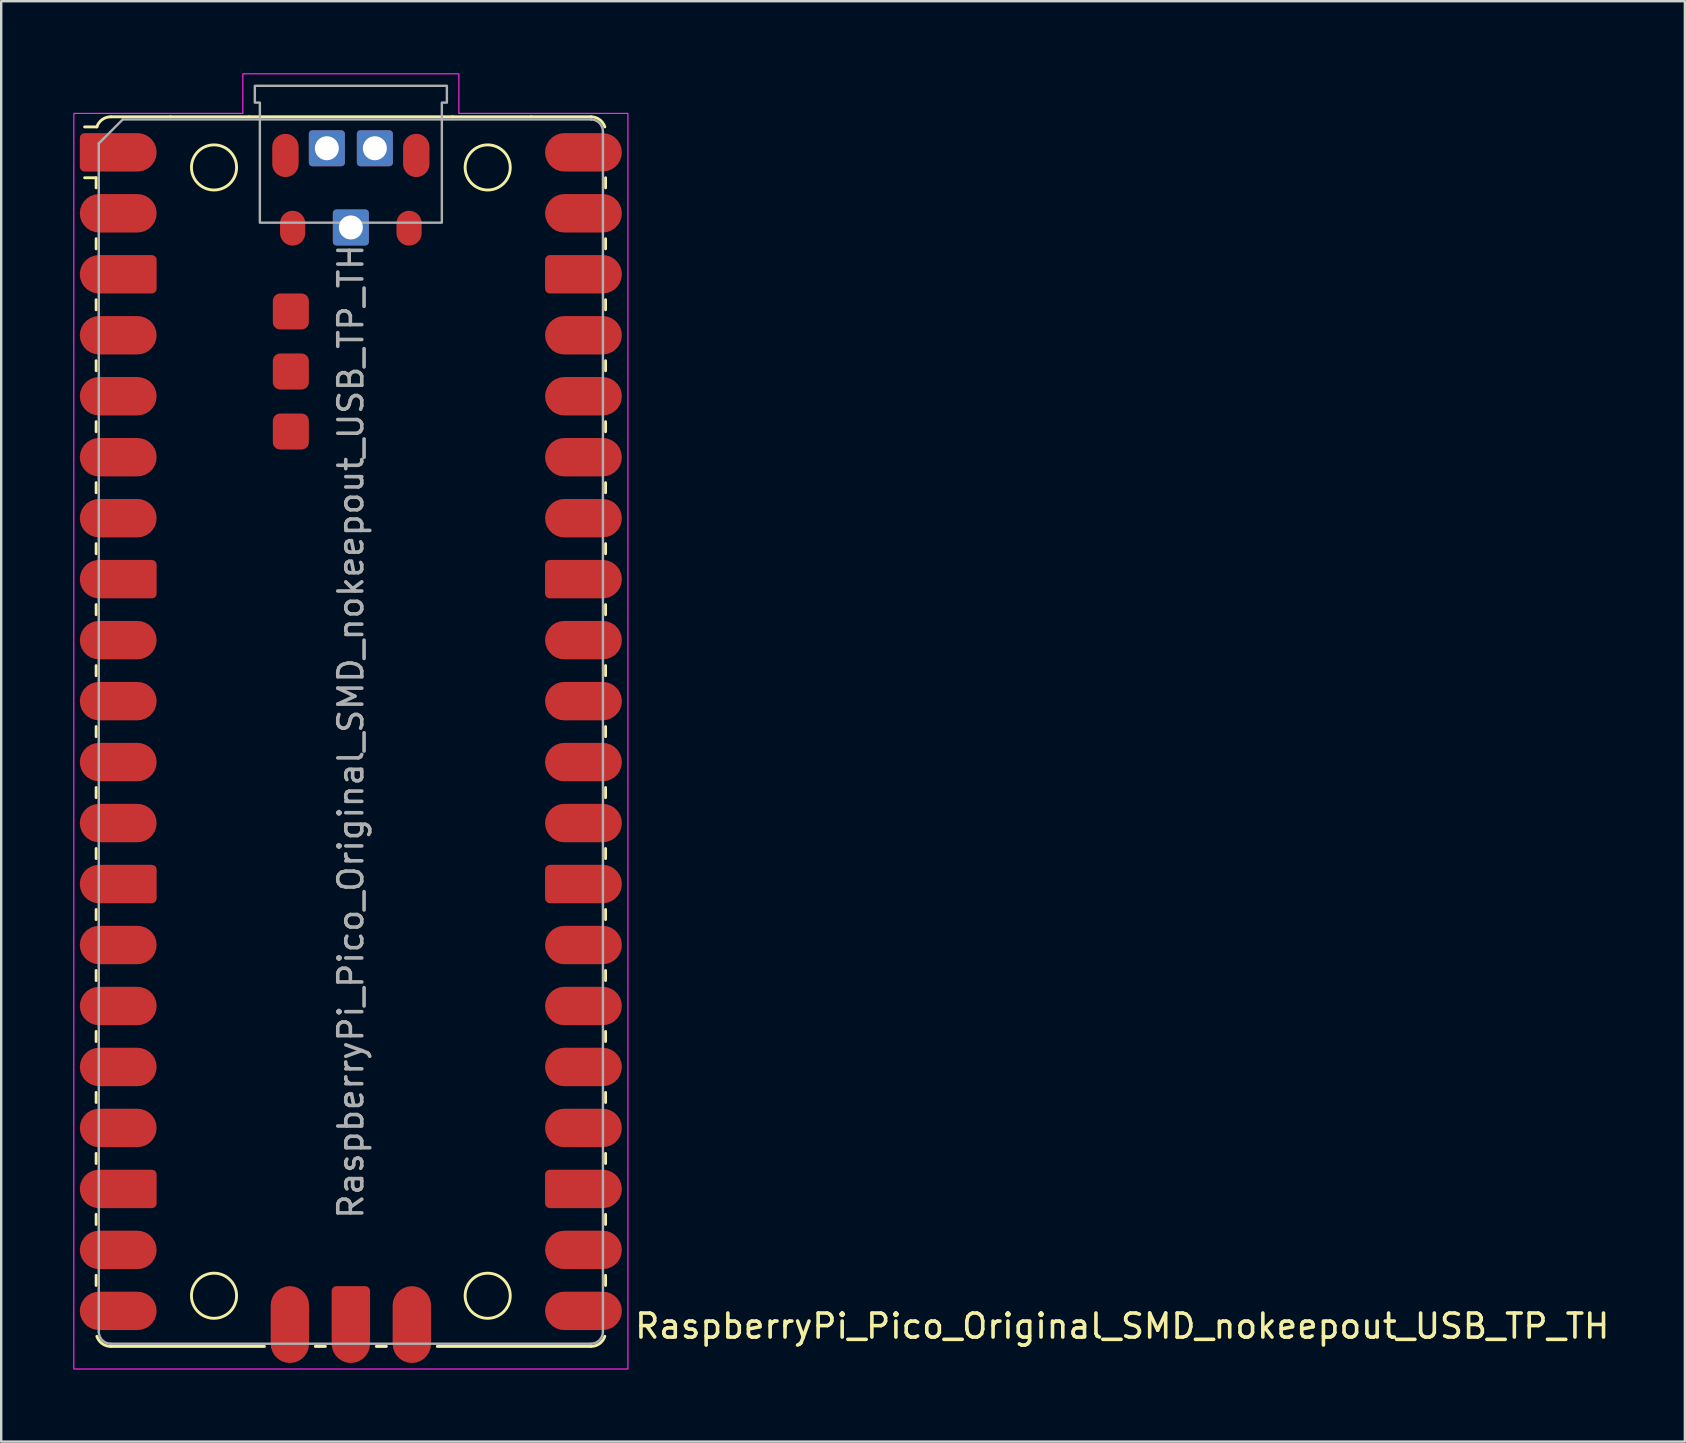
<source format=kicad_pcb>
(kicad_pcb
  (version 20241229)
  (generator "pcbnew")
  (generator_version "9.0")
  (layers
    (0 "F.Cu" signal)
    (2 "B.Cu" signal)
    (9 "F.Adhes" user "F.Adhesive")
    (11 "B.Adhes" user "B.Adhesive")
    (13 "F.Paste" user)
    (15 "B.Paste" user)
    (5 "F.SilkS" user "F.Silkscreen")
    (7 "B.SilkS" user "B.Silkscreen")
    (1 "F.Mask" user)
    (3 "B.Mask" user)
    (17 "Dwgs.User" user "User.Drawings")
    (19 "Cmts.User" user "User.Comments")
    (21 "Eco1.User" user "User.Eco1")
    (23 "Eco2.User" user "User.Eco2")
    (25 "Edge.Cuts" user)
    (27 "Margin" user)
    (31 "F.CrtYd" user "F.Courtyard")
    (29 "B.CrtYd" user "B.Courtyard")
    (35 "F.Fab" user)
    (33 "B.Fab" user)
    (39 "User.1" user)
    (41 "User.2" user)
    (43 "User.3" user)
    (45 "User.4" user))
  (footprint "RaspberryPi_Pico_Original_SMD_nokeepout_USB_TP_TH"
    (layer "F.Cu")
    (at 11.565 27.425)
    (property "Reference" "RaspberryPi_Pico_Original_SMD_nokeepout_USB_TP_TH" (at 11.748 24.765 0) (unlocked yes) (layer "F.SilkS") (effects (font (size 1 1) (thickness 0.15)) (justify left)))
    (attr through_hole)
    (fp_line (start -10.61 -23.07) (end -11.09 -23.07) (stroke (width 0.12) (type solid)) (layer "F.SilkS"))
    (fp_line (start -10.61 -23.07) (end -10.61 -22.65) (stroke (width 0.12) (type solid)) (layer "F.SilkS"))
    (fp_line (start -10.61 -20.53) (end -10.61 -20.11) (stroke (width 0.12) (type solid)) (layer "F.SilkS"))
    (fp_line (start -10.61 -17.99) (end -10.61 -17.57) (stroke (width 0.12) (type solid)) (layer "F.SilkS"))
    (fp_line (start -10.61 -15.45) (end -10.61 -15.03) (stroke (width 0.12) (type solid)) (layer "F.SilkS"))
    (fp_line (start -10.61 -12.91) (end -10.61 -12.49) (stroke (width 0.12) (type solid)) (layer "F.SilkS"))
    (fp_line (start -10.61 -10.37) (end -10.61 -9.95) (stroke (width 0.12) (type solid)) (layer "F.SilkS"))
    (fp_line (start -10.61 -7.83) (end -10.61 -7.41) (stroke (width 0.12) (type solid)) (layer "F.SilkS"))
    (fp_line (start -10.61 -5.29) (end -10.61 -4.87) (stroke (width 0.12) (type solid)) (layer "F.SilkS"))
    (fp_line (start -10.61 -2.75) (end -10.61 -2.33) (stroke (width 0.12) (type solid)) (layer "F.SilkS"))
    (fp_line (start -10.61 -0.21) (end -10.61 0.21) (stroke (width 0.12) (type solid)) (layer "F.SilkS"))
    (fp_line (start -10.61 2.33) (end -10.61 2.75) (stroke (width 0.12) (type solid)) (layer "F.SilkS"))
    (fp_line (start -10.61 4.87) (end -10.61 5.29) (stroke (width 0.12) (type solid)) (layer "F.SilkS"))
    (fp_line (start -10.61 7.41) (end -10.61 7.83) (stroke (width 0.12) (type solid)) (layer "F.SilkS"))
    (fp_line (start -10.61 9.95) (end -10.61 10.37) (stroke (width 0.12) (type solid)) (layer "F.SilkS"))
    (fp_line (start -10.61 12.49) (end -10.61 12.91) (stroke (width 0.12) (type solid)) (layer "F.SilkS"))
    (fp_line (start -10.61 15.03) (end -10.61 15.45) (stroke (width 0.12) (type solid)) (layer "F.SilkS"))
    (fp_line (start -10.61 17.57) (end -10.61 17.99) (stroke (width 0.12) (type solid)) (layer "F.SilkS"))
    (fp_line (start -10.61 20.11) (end -10.61 20.53) (stroke (width 0.12) (type solid)) (layer "F.SilkS"))
    (fp_line (start -10.61 22.65) (end -10.61 23.07) (stroke (width 0.12) (type solid)) (layer "F.SilkS"))
    (fp_line (start -10.58 -25.19) (end -11.09 -25.19) (stroke (width 0.12) (type solid)) (layer "F.SilkS"))
    (fp_line (start -10 -25.61) (end -7.51 -25.61) (stroke (width 0.12) (type solid)) (layer "F.SilkS"))
    (fp_line (start -10 25.61) (end -3.6 25.61) (stroke (width 0.12) (type solid)) (layer "F.SilkS"))
    (fp_line (start -7.51 -25.61) (end -4.235 -25.61) (stroke (width 0.12) (type solid)) (layer "F.SilkS"))
    (fp_line (start -4.235 -25.61) (end 4.235 -25.61) (stroke (width 0.12) (type solid)) (layer "F.SilkS"))
    (fp_line (start -1.48 25.61) (end -1.06 25.61) (stroke (width 0.12) (type solid)) (layer "F.SilkS"))
    (fp_line (start 1.06 25.61) (end 1.48 25.61) (stroke (width 0.12) (type solid)) (layer "F.SilkS"))
    (fp_line (start 3.6 25.61) (end 10 25.61) (stroke (width 0.12) (type solid)) (layer "F.SilkS"))
    (fp_line (start 4.235 -25.61) (end 7.51 -25.61) (stroke (width 0.12) (type solid)) (layer "F.SilkS"))
    (fp_line (start 10 -25.61) (end 7.51 -25.61) (stroke (width 0.12) (type solid)) (layer "F.SilkS"))
    (fp_line (start 10.61 -23.07) (end 10.61 -22.65) (stroke (width 0.12) (type solid)) (layer "F.SilkS"))
    (fp_line (start 10.61 -20.53) (end 10.61 -20.11) (stroke (width 0.12) (type solid)) (layer "F.SilkS"))
    (fp_line (start 10.61 -17.99) (end 10.61 -17.57) (stroke (width 0.12) (type solid)) (layer "F.SilkS"))
    (fp_line (start 10.61 -15.45) (end 10.61 -15.03) (stroke (width 0.12) (type solid)) (layer "F.SilkS"))
    (fp_line (start 10.61 -12.91) (end 10.61 -12.49) (stroke (width 0.12) (type solid)) (layer "F.SilkS"))
    (fp_line (start 10.61 -10.37) (end 10.61 -9.95) (stroke (width 0.12) (type solid)) (layer "F.SilkS"))
    (fp_line (start 10.61 -7.83) (end 10.61 -7.41) (stroke (width 0.12) (type solid)) (layer "F.SilkS"))
    (fp_line (start 10.61 -5.29) (end 10.61 -4.87) (stroke (width 0.12) (type solid)) (layer "F.SilkS"))
    (fp_line (start 10.61 -2.75) (end 10.61 -2.33) (stroke (width 0.12) (type solid)) (layer "F.SilkS"))
    (fp_line (start 10.61 -0.21) (end 10.61 0.21) (stroke (width 0.12) (type solid)) (layer "F.SilkS"))
    (fp_line (start 10.61 2.33) (end 10.61 2.75) (stroke (width 0.12) (type solid)) (layer "F.SilkS"))
    (fp_line (start 10.61 4.87) (end 10.61 5.29) (stroke (width 0.12) (type solid)) (layer "F.SilkS"))
    (fp_line (start 10.61 7.41) (end 10.61 7.83) (stroke (width 0.12) (type solid)) (layer "F.SilkS"))
    (fp_line (start 10.61 9.95) (end 10.61 10.37) (stroke (width 0.12) (type solid)) (layer "F.SilkS"))
    (fp_line (start 10.61 12.49) (end 10.61 12.91) (stroke (width 0.12) (type solid)) (layer "F.SilkS"))
    (fp_line (start 10.61 15.03) (end 10.61 15.45) (stroke (width 0.12) (type solid)) (layer "F.SilkS"))
    (fp_line (start 10.61 17.57) (end 10.61 17.99) (stroke (width 0.12) (type solid)) (layer "F.SilkS"))
    (fp_line (start 10.61 20.11) (end 10.61 20.53) (stroke (width 0.12) (type solid)) (layer "F.SilkS"))
    (fp_line (start 10.61 22.65) (end 10.61 23.07) (stroke (width 0.12) (type solid)) (layer "F.SilkS"))
    (fp_arc (start -10.579676 -25.189937) (mid -10.357938 -25.493944) (end -10 -25.61) (stroke (width 0.12) (type solid)) (layer "F.SilkS"))
    (fp_arc (start -10 25.61) (mid -10.357937 25.493943) (end -10.579676 25.189937) (stroke (width 0.12) (type solid)) (layer "F.SilkS"))
    (fp_arc (start 10 -25.61) (mid 10.357937 -25.493944) (end 10.579676 -25.189937) (stroke (width 0.12) (type solid)) (layer "F.SilkS"))
    (fp_arc (start 10.579676 25.189937) (mid 10.357958 25.493991) (end 10 25.61) (stroke (width 0.12) (type solid)) (layer "F.SilkS"))
    (fp_circle (center -5.7 -23.5) (end -4.76 -23.5) (stroke (width 0.12) (type solid)) (fill no) (layer "F.SilkS"))
    (fp_circle (center -5.7 23.5) (end -4.76 23.5) (stroke (width 0.12) (type solid)) (fill no) (layer "F.SilkS"))
    (fp_circle (center 5.7 -23.5) (end 6.64 -23.5) (stroke (width 0.12) (type solid)) (fill no) (layer "F.SilkS"))
    (fp_circle (center 5.7 23.5) (end 6.64 23.5) (stroke (width 0.12) (type solid)) (fill no) (layer "F.SilkS"))
    (fp_poly (pts (xy -4.5 -27.4) (xy 4.5 -27.4) (xy 4.5 -25.75) (xy 11.54 -25.75) (xy 11.54 26.55) (xy -11.54 26.55) (xy -11.54 -25.75) (xy -4.5 -25.75)) (stroke (width 0.05) (type solid)) (fill no) (layer "F.CrtYd"))
    (fp_line (start -10.5 -24.5) (end -9.5 -25.5) (stroke (width 0.1) (type solid)) (layer "F.Fab"))
    (fp_line (start -10.5 25) (end -10.5 -24.5) (stroke (width 0.1) (type solid)) (layer "F.Fab"))
    (fp_line (start -9.5 -25.5) (end 10 -25.5) (stroke (width 0.1) (type solid)) (layer "F.Fab"))
    (fp_line (start 10 25.5) (end -10 25.5) (stroke (width 0.1) (type solid)) (layer "F.Fab"))
    (fp_line (start 10.5 -25) (end 10.5 25) (stroke (width 0.1) (type solid)) (layer "F.Fab"))
    (fp_arc (start -10 25.5) (mid -10.353553 25.353553) (end -10.5 25) (stroke (width 0.1) (type solid)) (layer "F.Fab"))
    (fp_arc (start 10 -25.5) (mid 10.353553 -25.353553) (end 10.5 -25) (stroke (width 0.1) (type solid)) (layer "F.Fab"))
    (fp_arc (start 10.5 25) (mid 10.353553 25.353553) (end 10 25.5) (stroke (width 0.1) (type solid)) (layer "F.Fab"))
    (fp_poly (pts (xy 3.79 -21.2) (xy 3.79 -26.2) (xy 4 -26.2) (xy 4 -26.9) (xy -4 -26.9) (xy -4 -26.2) (xy -3.79 -26.2) (xy -3.79 -21.2)) (stroke (width 0.1) (type solid)) (fill no) (layer "F.Fab"))
    (fp_text user "${REFERENCE}" (at 0 0 90) (layer "F.Fab") (effects (font (size 1 1) (thickness 0.15))))
    (pad "" smd oval (at -2.725 -24) (size 1.1 1.8) (layers "F.Cu" "F.Mask" "F.Paste"))
    (pad "" smd oval (at -2.425 -20.97) (size 1.05 1.45) (layers "F.Cu" "F.Mask" "F.Paste"))
    (pad "" smd oval (at 2.425 -20.97) (size 1.05 1.45) (layers "F.Cu" "F.Mask" "F.Paste"))
    (pad "" smd oval (at 2.725 -24) (size 1.1 1.8) (layers "F.Cu" "F.Mask" "F.Paste"))
    (pad "1" smd custom (at -8.89 -24.13) (size 1.6 1.6) (layers "F.Cu" "F.Mask" "F.Paste") (options (anchor circle)) (primitives (gr_poly (pts (xy -2.4 0.6) (xy -2.4 -0.6) (xy -2.2 -0.8) (xy 0 -0.8) (xy 0 0.8) (xy -2.2 0.8)) (width 0) (fill yes)) (gr_circle (center -2.2 0.6) (end -2 0.6) (width 0) (fill yes)) (gr_circle (center -2.2 -0.6) (end -2 -0.6) (width 0) (fill yes))))
    (pad "2" smd roundrect (at -8.89 -21.59) (size 3.2 1.6) (drill (offset -0.8 0)) (layers "F.Cu" "F.Mask" "F.Paste") (roundrect_rratio 0.5))
    (pad "3" smd custom (at -8.89 -19.05) (size 1.6 1.6) (layers "F.Cu" "F.Mask" "F.Paste") (options (anchor circle)) (primitives (gr_poly (pts (xy 0.8 -0.6) (xy 0.8 0.6) (xy 0.6 0.8) (xy -1.6 0.8) (xy -1.6 -0.8) (xy 0.6 -0.8)) (width 0) (fill yes)) (gr_circle (center 0.6 0.6) (end 0.8 0.6) (width 0) (fill yes)) (gr_circle (center 0.6 -0.6) (end 0.8 -0.6) (width 0) (fill yes)) (gr_circle (center -1.6 0) (end -0.8 0) (width 0) (fill yes))))
    (pad "4" smd roundrect (at -8.89 -16.51) (size 3.2 1.6) (drill (offset -0.8 0)) (layers "F.Cu" "F.Mask" "F.Paste") (roundrect_rratio 0.5))
    (pad "5" smd roundrect (at -8.89 -13.97) (size 3.2 1.6) (drill (offset -0.8 0)) (layers "F.Cu" "F.Mask" "F.Paste") (roundrect_rratio 0.5))
    (pad "6" smd roundrect (at -8.89 -11.43) (size 3.2 1.6) (drill (offset -0.8 0)) (layers "F.Cu" "F.Mask" "F.Paste") (roundrect_rratio 0.5))
    (pad "7" smd roundrect (at -8.89 -8.89) (size 3.2 1.6) (drill (offset -0.8 0)) (layers "F.Cu" "F.Mask" "F.Paste") (roundrect_rratio 0.5))
    (pad "8" smd custom (at -8.89 -6.35) (size 1.6 1.6) (layers "F.Cu" "F.Mask" "F.Paste") (options (anchor circle)) (primitives (gr_poly (pts (xy 0.8 -0.6) (xy 0.8 0.6) (xy 0.6 0.8) (xy -1.6 0.8) (xy -1.6 -0.8) (xy 0.6 -0.8)) (width 0) (fill yes)) (gr_circle (center 0.6 0.6) (end 0.8 0.6) (width 0) (fill yes)) (gr_circle (center 0.6 -0.6) (end 0.8 -0.6) (width 0) (fill yes)) (gr_circle (center -1.6 0) (end -0.8 0) (width 0) (fill yes))))
    (pad "9" smd roundrect (at -8.89 -3.81) (size 3.2 1.6) (drill (offset -0.8 0)) (layers "F.Cu" "F.Mask" "F.Paste") (roundrect_rratio 0.5))
    (pad "10" smd roundrect (at -8.89 -1.27) (size 3.2 1.6) (drill (offset -0.8 0)) (layers "F.Cu" "F.Mask" "F.Paste") (roundrect_rratio 0.5))
    (pad "11" smd roundrect (at -8.89 1.27) (size 3.2 1.6) (drill (offset -0.8 0)) (layers "F.Cu" "F.Mask" "F.Paste") (roundrect_rratio 0.5))
    (pad "12" smd roundrect (at -8.89 3.81) (size 3.2 1.6) (drill (offset -0.8 0)) (layers "F.Cu" "F.Mask" "F.Paste") (roundrect_rratio 0.5))
    (pad "13" smd custom (at -8.89 6.35) (size 1.6 1.6) (layers "F.Cu" "F.Mask" "F.Paste") (options (anchor circle)) (primitives (gr_poly (pts (xy 0.8 -0.6) (xy 0.8 0.6) (xy 0.6 0.8) (xy -1.6 0.8) (xy -1.6 -0.8) (xy 0.6 -0.8)) (width 0) (fill yes)) (gr_circle (center 0.6 0.6) (end 0.8 0.6) (width 0) (fill yes)) (gr_circle (center 0.6 -0.6) (end 0.8 -0.6) (width 0) (fill yes)) (gr_circle (center -1.6 0) (end -0.8 0) (width 0) (fill yes))))
    (pad "14" smd roundrect (at -8.89 8.89) (size 3.2 1.6) (drill (offset -0.8 0)) (layers "F.Cu" "F.Mask" "F.Paste") (roundrect_rratio 0.5))
    (pad "15" smd roundrect (at -8.89 11.43) (size 3.2 1.6) (drill (offset -0.8 0)) (layers "F.Cu" "F.Mask" "F.Paste") (roundrect_rratio 0.5))
    (pad "16" smd roundrect (at -8.89 13.97) (size 3.2 1.6) (drill (offset -0.8 0)) (layers "F.Cu" "F.Mask" "F.Paste") (roundrect_rratio 0.5))
    (pad "17" smd roundrect (at -8.89 16.51) (size 3.2 1.6) (drill (offset -0.8 0)) (layers "F.Cu" "F.Mask" "F.Paste") (roundrect_rratio 0.5))
    (pad "18" smd custom (at -8.89 19.05) (size 1.6 1.6) (layers "F.Cu" "F.Mask" "F.Paste") (options (anchor circle)) (primitives (gr_poly (pts (xy 0.8 -0.6) (xy 0.8 0.6) (xy 0.6 0.8) (xy -1.6 0.8) (xy -1.6 -0.8) (xy 0.6 -0.8)) (width 0) (fill yes)) (gr_circle (center 0.6 0.6) (end 0.8 0.6) (width 0) (fill yes)) (gr_circle (center 0.6 -0.6) (end 0.8 -0.6) (width 0) (fill yes)) (gr_circle (center -1.6 0) (end -0.8 0) (width 0) (fill yes))))
    (pad "19" smd roundrect (at -8.89 21.59) (size 3.2 1.6) (drill (offset -0.8 0)) (layers "F.Cu" "F.Mask" "F.Paste") (roundrect_rratio 0.5))
    (pad "20" smd roundrect (at -8.89 24.13) (size 3.2 1.6) (drill (offset -0.8 0)) (layers "F.Cu" "F.Mask" "F.Paste") (roundrect_rratio 0.5))
    (pad "21" smd roundrect (at 8.89 24.13) (size 3.2 1.6) (drill (offset 0.8 0)) (layers "F.Cu" "F.Mask" "F.Paste") (roundrect_rratio 0.5))
    (pad "22" smd roundrect (at 8.89 21.59) (size 3.2 1.6) (drill (offset 0.8 0)) (layers "F.Cu" "F.Mask" "F.Paste") (roundrect_rratio 0.5))
    (pad "23" smd custom (at 8.89 19.05) (size 1.6 1.6) (layers "F.Cu" "F.Mask" "F.Paste") (options (anchor circle)) (primitives (gr_poly (pts (xy -0.8 -0.6) (xy -0.8 0.6) (xy -0.6 0.8) (xy 1.6 0.8) (xy 1.6 -0.8) (xy -0.6 -0.8)) (width 0) (fill yes)) (gr_circle (center -0.6 0.6) (end -0.4 0.6) (width 0) (fill yes)) (gr_circle (center -0.6 -0.6) (end -0.4 -0.6) (width 0) (fill yes)) (gr_circle (center 1.6 0) (end 2.4 0) (width 0) (fill yes))))
    (pad "24" smd roundrect (at 8.89 16.51) (size 3.2 1.6) (drill (offset 0.8 0)) (layers "F.Cu" "F.Mask" "F.Paste") (roundrect_rratio 0.5))
    (pad "25" smd roundrect (at 8.89 13.97) (size 3.2 1.6) (drill (offset 0.8 0)) (layers "F.Cu" "F.Mask" "F.Paste") (roundrect_rratio 0.5))
    (pad "26" smd roundrect (at 8.89 11.43) (size 3.2 1.6) (drill (offset 0.8 0)) (layers "F.Cu" "F.Mask" "F.Paste") (roundrect_rratio 0.5))
    (pad "27" smd roundrect (at 8.89 8.89) (size 3.2 1.6) (drill (offset 0.8 0)) (layers "F.Cu" "F.Mask" "F.Paste") (roundrect_rratio 0.5))
    (pad "28" smd custom (at 8.89 6.35) (size 1.6 1.6) (layers "F.Cu" "F.Mask" "F.Paste") (options (anchor circle)) (primitives (gr_poly (pts (xy -0.8 -0.6) (xy -0.8 0.6) (xy -0.6 0.8) (xy 1.6 0.8) (xy 1.6 -0.8) (xy -0.6 -0.8)) (width 0) (fill yes)) (gr_circle (center -0.6 0.6) (end -0.4 0.6) (width 0) (fill yes)) (gr_circle (center -0.6 -0.6) (end -0.4 -0.6) (width 0) (fill yes)) (gr_circle (center 1.6 0) (end 2.4 0) (width 0) (fill yes))))
    (pad "29" smd roundrect (at 8.89 3.81) (size 3.2 1.6) (drill (offset 0.8 0)) (layers "F.Cu" "F.Mask" "F.Paste") (roundrect_rratio 0.5))
    (pad "30" smd roundrect (at 8.89 1.27) (size 3.2 1.6) (drill (offset 0.8 0)) (layers "F.Cu" "F.Mask" "F.Paste") (roundrect_rratio 0.5))
    (pad "31" smd roundrect (at 8.89 -1.27) (size 3.2 1.6) (drill (offset 0.8 0)) (layers "F.Cu" "F.Mask" "F.Paste") (roundrect_rratio 0.5))
    (pad "32" smd roundrect (at 8.89 -3.81) (size 3.2 1.6) (drill (offset 0.8 0)) (layers "F.Cu" "F.Mask" "F.Paste") (roundrect_rratio 0.5))
    (pad "33" smd custom (at 8.89 -6.35) (size 1.6 1.6) (layers "F.Cu" "F.Mask" "F.Paste") (options (anchor circle)) (primitives (gr_poly (pts (xy -0.8 -0.6) (xy -0.8 0.6) (xy -0.6 0.8) (xy 1.6 0.8) (xy 1.6 -0.8) (xy -0.6 -0.8)) (width 0) (fill yes)) (gr_circle (center -0.6 0.6) (end -0.4 0.6) (width 0) (fill yes)) (gr_circle (center -0.6 -0.6) (end -0.4 -0.6) (width 0) (fill yes)) (gr_circle (center 1.6 0) (end 2.4 0) (width 0) (fill yes))))
    (pad "34" smd roundrect (at 8.89 -8.89) (size 3.2 1.6) (drill (offset 0.8 0)) (layers "F.Cu" "F.Mask" "F.Paste") (roundrect_rratio 0.5))
    (pad "35" smd roundrect (at 8.89 -11.43) (size 3.2 1.6) (drill (offset 0.8 0)) (layers "F.Cu" "F.Mask" "F.Paste") (roundrect_rratio 0.5))
    (pad "36" smd roundrect (at 8.89 -13.97) (size 3.2 1.6) (drill (offset 0.8 0)) (layers "F.Cu" "F.Mask" "F.Paste") (roundrect_rratio 0.5))
    (pad "37" smd roundrect (at 8.89 -16.51) (size 3.2 1.6) (drill (offset 0.8 0)) (layers "F.Cu" "F.Mask" "F.Paste") (roundrect_rratio 0.5))
    (pad "38" smd custom (at 8.89 -19.05) (size 1.6 1.6) (layers "F.Cu" "F.Mask" "F.Paste") (options (anchor circle)) (primitives (gr_poly (pts (xy -0.8 -0.6) (xy -0.8 0.6) (xy -0.6 0.8) (xy 1.6 0.8) (xy 1.6 -0.8) (xy -0.6 -0.8)) (width 0) (fill yes)) (gr_circle (center -0.6 0.6) (end -0.4 0.6) (width 0) (fill yes)) (gr_circle (center -0.6 -0.6) (end -0.4 -0.6) (width 0) (fill yes)) (gr_circle (center 1.6 0) (end 2.4 0) (width 0) (fill yes))))
    (pad "39" smd roundrect (at 8.89 -21.59) (size 3.2 1.6) (drill (offset 0.8 0)) (layers "F.Cu" "F.Mask" "F.Paste") (roundrect_rratio 0.5))
    (pad "40" smd roundrect (at 8.89 -24.13) (size 3.2 1.6) (drill (offset 0.8 0)) (layers "F.Cu" "F.Mask" "F.Paste") (roundrect_rratio 0.5))
    (pad "D1" smd roundrect (at -2.54 23.9 90) (size 3.2 1.6) (drill (offset -0.8 0)) (layers "F.Cu" "F.Mask" "F.Paste") (roundrect_rratio 0.5))
    (pad "D2" smd custom (at 0 23.9 270) (size 1.6 1.6) (layers "F.Cu" "F.Mask" "F.Paste") (options (anchor circle)) (primitives (gr_poly (pts (xy -0.8 -0.6) (xy -0.8 0.6) (xy -0.6 0.8) (xy 1.6 0.8) (xy 1.6 -0.8) (xy -0.6 -0.8)) (width 0) (fill yes)) (gr_circle (center -0.6 0.6) (end -0.4 0.6) (width 0) (fill yes)) (gr_circle (center -0.6 -0.6) (end -0.4 -0.6) (width 0) (fill yes)) (gr_circle (center 1.6 0) (end 2.4 0) (width 0) (fill yes))))
    (pad "D3" smd roundrect (at 2.54 23.9 90) (size 3.2 1.6) (drill (offset -0.8 0)) (layers "F.Cu" "F.Mask" "F.Paste") (roundrect_rratio 0.5))
    (pad "TP1" thru_hole roundrect (at 0 -21) (size 1.5 1.5) (drill 1) (layers "*.Cu" "*.Mask") (roundrect_rratio 0.1))
    (pad "TP2" thru_hole roundrect (at 1 -24.3) (size 1.5 1.5) (drill 1) (layers "*.Cu" "*.Mask") (roundrect_rratio 0.1))
    (pad "TP3" thru_hole roundrect (at -1 -24.3) (size 1.5 1.5) (drill 1) (layers "*.Cu" "*.Mask") (roundrect_rratio 0.1))
    (pad "TP4" smd roundrect (at -2.5 -17.5) (size 1.5 1.5) (layers "F.Cu" "F.Mask" "F.Paste") (roundrect_rratio 0.2))
    (pad "TP5" smd roundrect (at -2.5 -15) (size 1.5 1.5) (layers "F.Cu" "F.Mask" "F.Paste") (roundrect_rratio 0.2))
    (pad "TP6" smd roundrect (at -2.5 -12.5) (size 1.5 1.5) (layers "F.Cu" "F.Mask" "F.Paste") (roundrect_rratio 0.2)))
  (gr_rect
    (start -3 -3)
    (end 67.134 57)
    (stroke (width 0.1) (type default))
    (fill no)
    (layer "Edge.Cuts")))
</source>
